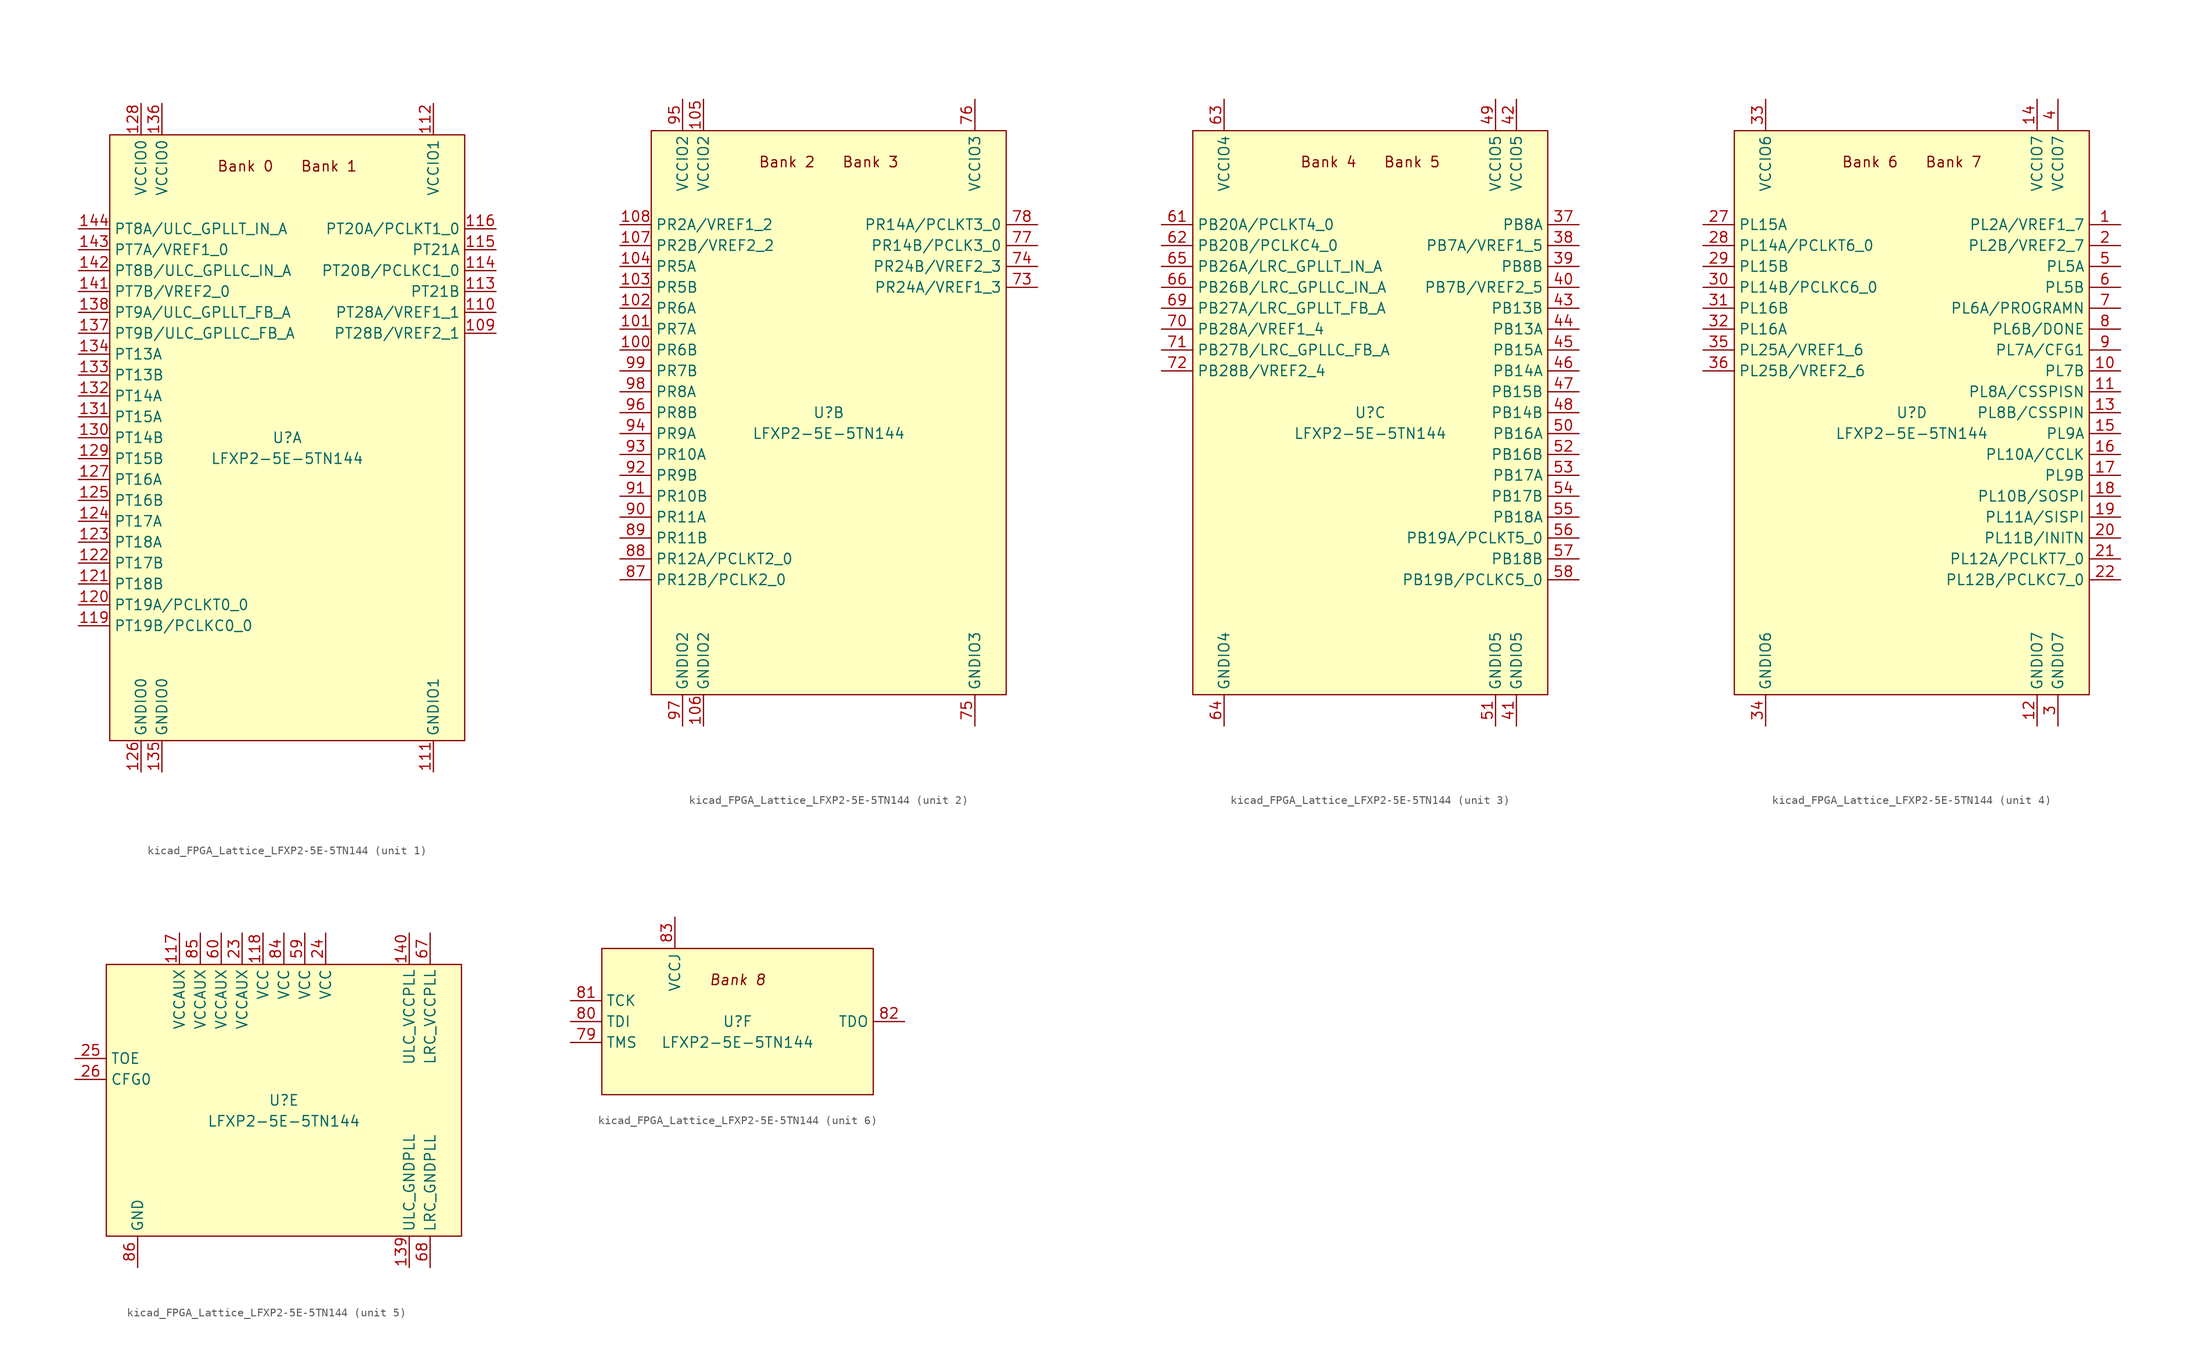
<source format=kicad_sym>
(kicad_symbol_lib
  (version 20220914)
  (generator kicad_symbol_editor)
  (symbol "kicad_FPGA_Lattice_LFXP2-5E-5TN144"
    (property "Reference" "U"
      (at 0 0 0)
      (effects (font (size 1.27 1.27))))
    (property "Value" "LFXP2-5E-5TN144"
      (at 0 -2.54 0)
      (effects (font (size 1.27 1.27))))
    (property "ki_locked" ""
      (at 0 0 0)
      (effects (font (size 1.27 1.27))))
    (symbol "kicad_FPGA_Lattice_LFXP2-5E-5TN144_1_0"
      (text "Bank 0" (at -5.08 33.02 0) (effects (font (size 1.27 1.27))))
      (text "Bank 1" (at 5.08 33.02 0) (effects (font (size 1.27 1.27)))))
    (symbol "kicad_FPGA_Lattice_LFXP2-5E-5TN144_1_1"
      (rectangle (start -21.59 36.83) (end 21.59 -36.83) (stroke (width 0) (type default)) (fill (type background)))
      (pin bidirectional line (at 25.4 12.7 180) (length 3.81) (name "PT28B/VREF2_1" (effects (font (size 1.27 1.27)))) (number "109" (effects (font (size 1.27 1.27)))))
      (pin bidirectional line (at 25.4 15.24 180) (length 3.81) (name "PT28A/VREF1_1" (effects (font (size 1.27 1.27)))) (number "110" (effects (font (size 1.27 1.27)))))
      (pin power_in line (at 17.78 -40.64 90) (length 3.81) (name "GNDIO1" (effects (font (size 1.27 1.27)))) (number "111" (effects (font (size 1.27 1.27)))))
      (pin power_in line (at 17.78 40.64 270) (length 3.81) (name "VCCIO1" (effects (font (size 1.27 1.27)))) (number "112" (effects (font (size 1.27 1.27)))))
      (pin bidirectional line (at 25.4 17.78 180) (length 3.81) (name "PT21B" (effects (font (size 1.27 1.27)))) (number "113" (effects (font (size 1.27 1.27)))))
      (pin bidirectional line (at 25.4 20.32 180) (length 3.81) (name "PT20B/PCLKC1_0" (effects (font (size 1.27 1.27)))) (number "114" (effects (font (size 1.27 1.27)))))
      (pin bidirectional line (at 25.4 22.86 180) (length 3.81) (name "PT21A" (effects (font (size 1.27 1.27)))) (number "115" (effects (font (size 1.27 1.27)))))
      (pin bidirectional line (at 25.4 25.4 180) (length 3.81) (name "PT20A/PCLKT1_0" (effects (font (size 1.27 1.27)))) (number "116" (effects (font (size 1.27 1.27)))))
      (pin bidirectional line (at -25.4 -22.86 0) (length 3.81) (name "PT19B/PCLKC0_0" (effects (font (size 1.27 1.27)))) (number "119" (effects (font (size 1.27 1.27)))))
      (pin bidirectional line (at -25.4 -20.32 0) (length 3.81) (name "PT19A/PCLKT0_0" (effects (font (size 1.27 1.27)))) (number "120" (effects (font (size 1.27 1.27)))))
      (pin bidirectional line (at -25.4 -17.78 0) (length 3.81) (name "PT18B" (effects (font (size 1.27 1.27)))) (number "121" (effects (font (size 1.27 1.27)))))
      (pin bidirectional line (at -25.4 -15.24 0) (length 3.81) (name "PT17B" (effects (font (size 1.27 1.27)))) (number "122" (effects (font (size 1.27 1.27)))))
      (pin bidirectional line (at -25.4 -12.7 0) (length 3.81) (name "PT18A" (effects (font (size 1.27 1.27)))) (number "123" (effects (font (size 1.27 1.27)))))
      (pin bidirectional line (at -25.4 -10.16 0) (length 3.81) (name "PT17A" (effects (font (size 1.27 1.27)))) (number "124" (effects (font (size 1.27 1.27)))))
      (pin bidirectional line (at -25.4 -7.62 0) (length 3.81) (name "PT16B" (effects (font (size 1.27 1.27)))) (number "125" (effects (font (size 1.27 1.27)))))
      (pin power_in line (at -17.78 -40.64 90) (length 3.81) (name "GNDIO0" (effects (font (size 1.27 1.27)))) (number "126" (effects (font (size 1.27 1.27)))))
      (pin bidirectional line (at -25.4 -5.08 0) (length 3.81) (name "PT16A" (effects (font (size 1.27 1.27)))) (number "127" (effects (font (size 1.27 1.27)))))
      (pin power_in line (at -17.78 40.64 270) (length 3.81) (name "VCCIO0" (effects (font (size 1.27 1.27)))) (number "128" (effects (font (size 1.27 1.27)))))
      (pin bidirectional line (at -25.4 -2.54 0) (length 3.81) (name "PT15B" (effects (font (size 1.27 1.27)))) (number "129" (effects (font (size 1.27 1.27)))))
      (pin bidirectional line (at -25.4 0 0) (length 3.81) (name "PT14B" (effects (font (size 1.27 1.27)))) (number "130" (effects (font (size 1.27 1.27)))))
      (pin bidirectional line (at -25.4 2.54 0) (length 3.81) (name "PT15A" (effects (font (size 1.27 1.27)))) (number "131" (effects (font (size 1.27 1.27)))))
      (pin bidirectional line (at -25.4 5.08 0) (length 3.81) (name "PT14A" (effects (font (size 1.27 1.27)))) (number "132" (effects (font (size 1.27 1.27)))))
      (pin bidirectional line (at -25.4 7.62 0) (length 3.81) (name "PT13B" (effects (font (size 1.27 1.27)))) (number "133" (effects (font (size 1.27 1.27)))))
      (pin bidirectional line (at -25.4 10.16 0) (length 3.81) (name "PT13A" (effects (font (size 1.27 1.27)))) (number "134" (effects (font (size 1.27 1.27)))))
      (pin power_in line (at -15.24 -40.64 90) (length 3.81) (name "GNDIO0" (effects (font (size 1.27 1.27)))) (number "135" (effects (font (size 1.27 1.27)))))
      (pin power_in line (at -15.24 40.64 270) (length 3.81) (name "VCCIO0" (effects (font (size 1.27 1.27)))) (number "136" (effects (font (size 1.27 1.27)))))
      (pin bidirectional line (at -25.4 12.7 0) (length 3.81) (name "PT9B/ULC_GPLLC_FB_A" (effects (font (size 1.27 1.27)))) (number "137" (effects (font (size 1.27 1.27)))))
      (pin bidirectional line (at -25.4 15.24 0) (length 3.81) (name "PT9A/ULC_GPLLT_FB_A" (effects (font (size 1.27 1.27)))) (number "138" (effects (font (size 1.27 1.27)))))
      (pin bidirectional line (at -25.4 17.78 0) (length 3.81) (name "PT7B/VREF2_0" (effects (font (size 1.27 1.27)))) (number "141" (effects (font (size 1.27 1.27)))))
      (pin bidirectional line (at -25.4 20.32 0) (length 3.81) (name "PT8B/ULC_GPLLC_IN_A" (effects (font (size 1.27 1.27)))) (number "142" (effects (font (size 1.27 1.27)))))
      (pin bidirectional line (at -25.4 22.86 0) (length 3.81) (name "PT7A/VREF1_0" (effects (font (size 1.27 1.27)))) (number "143" (effects (font (size 1.27 1.27)))))
      (pin bidirectional line (at -25.4 25.4 0) (length 3.81) (name "PT8A/ULC_GPLLT_IN_A" (effects (font (size 1.27 1.27)))) (number "144" (effects (font (size 1.27 1.27))))))
    (symbol "kicad_FPGA_Lattice_LFXP2-5E-5TN144_2_0"
      (text "Bank 2" (at -5.08 30.48 0) (effects (font (size 1.27 1.27))))
      (text "Bank 3" (at 5.08 30.48 0) (effects (font (size 1.27 1.27)))))
    (symbol "kicad_FPGA_Lattice_LFXP2-5E-5TN144_2_1"
      (rectangle (start -21.59 34.29) (end 21.59 -34.29) (stroke (width 0) (type default)) (fill (type background)))
      (pin bidirectional line (at -25.4 7.62 0) (length 3.81) (name "PR6B" (effects (font (size 1.27 1.27)))) (number "100" (effects (font (size 1.27 1.27)))))
      (pin bidirectional line (at -25.4 10.16 0) (length 3.81) (name "PR7A" (effects (font (size 1.27 1.27)))) (number "101" (effects (font (size 1.27 1.27)))))
      (pin bidirectional line (at -25.4 12.7 0) (length 3.81) (name "PR6A" (effects (font (size 1.27 1.27)))) (number "102" (effects (font (size 1.27 1.27)))))
      (pin bidirectional line (at -25.4 15.24 0) (length 3.81) (name "PR5B" (effects (font (size 1.27 1.27)))) (number "103" (effects (font (size 1.27 1.27)))))
      (pin bidirectional line (at -25.4 17.78 0) (length 3.81) (name "PR5A" (effects (font (size 1.27 1.27)))) (number "104" (effects (font (size 1.27 1.27)))))
      (pin power_in line (at -15.24 38.1 270) (length 3.81) (name "VCCIO2" (effects (font (size 1.27 1.27)))) (number "105" (effects (font (size 1.27 1.27)))))
      (pin power_in line (at -15.24 -38.1 90) (length 3.81) (name "GNDIO2" (effects (font (size 1.27 1.27)))) (number "106" (effects (font (size 1.27 1.27)))))
      (pin bidirectional line (at -25.4 20.32 0) (length 3.81) (name "PR2B/VREF2_2" (effects (font (size 1.27 1.27)))) (number "107" (effects (font (size 1.27 1.27)))))
      (pin bidirectional line (at -25.4 22.86 0) (length 3.81) (name "PR2A/VREF1_2" (effects (font (size 1.27 1.27)))) (number "108" (effects (font (size 1.27 1.27)))))
      (pin bidirectional line (at 25.4 15.24 180) (length 3.81) (name "PR24A/VREF1_3" (effects (font (size 1.27 1.27)))) (number "73" (effects (font (size 1.27 1.27)))))
      (pin bidirectional line (at 25.4 17.78 180) (length 3.81) (name "PR24B/VREF2_3" (effects (font (size 1.27 1.27)))) (number "74" (effects (font (size 1.27 1.27)))))
      (pin power_in line (at 17.78 -38.1 90) (length 3.81) (name "GNDIO3" (effects (font (size 1.27 1.27)))) (number "75" (effects (font (size 1.27 1.27)))))
      (pin power_in line (at 17.78 38.1 270) (length 3.81) (name "VCCIO3" (effects (font (size 1.27 1.27)))) (number "76" (effects (font (size 1.27 1.27)))))
      (pin bidirectional line (at 25.4 20.32 180) (length 3.81) (name "PR14B/PCLK3_0" (effects (font (size 1.27 1.27)))) (number "77" (effects (font (size 1.27 1.27)))))
      (pin bidirectional line (at 25.4 22.86 180) (length 3.81) (name "PR14A/PCLKT3_0" (effects (font (size 1.27 1.27)))) (number "78" (effects (font (size 1.27 1.27)))))
      (pin bidirectional line (at -25.4 -20.32 0) (length 3.81) (name "PR12B/PCLK2_0" (effects (font (size 1.27 1.27)))) (number "87" (effects (font (size 1.27 1.27)))))
      (pin bidirectional line (at -25.4 -17.78 0) (length 3.81) (name "PR12A/PCLKT2_0" (effects (font (size 1.27 1.27)))) (number "88" (effects (font (size 1.27 1.27)))))
      (pin bidirectional line (at -25.4 -15.24 0) (length 3.81) (name "PR11B" (effects (font (size 1.27 1.27)))) (number "89" (effects (font (size 1.27 1.27)))))
      (pin bidirectional line (at -25.4 -12.7 0) (length 3.81) (name "PR11A" (effects (font (size 1.27 1.27)))) (number "90" (effects (font (size 1.27 1.27)))))
      (pin bidirectional line (at -25.4 -10.16 0) (length 3.81) (name "PR10B" (effects (font (size 1.27 1.27)))) (number "91" (effects (font (size 1.27 1.27)))))
      (pin bidirectional line (at -25.4 -7.62 0) (length 3.81) (name "PR9B" (effects (font (size 1.27 1.27)))) (number "92" (effects (font (size 1.27 1.27)))))
      (pin bidirectional line (at -25.4 -5.08 0) (length 3.81) (name "PR10A" (effects (font (size 1.27 1.27)))) (number "93" (effects (font (size 1.27 1.27)))))
      (pin bidirectional line (at -25.4 -2.54 0) (length 3.81) (name "PR9A" (effects (font (size 1.27 1.27)))) (number "94" (effects (font (size 1.27 1.27)))))
      (pin power_in line (at -17.78 38.1 270) (length 3.81) (name "VCCIO2" (effects (font (size 1.27 1.27)))) (number "95" (effects (font (size 1.27 1.27)))))
      (pin bidirectional line (at -25.4 0 0) (length 3.81) (name "PR8B" (effects (font (size 1.27 1.27)))) (number "96" (effects (font (size 1.27 1.27)))))
      (pin power_in line (at -17.78 -38.1 90) (length 3.81) (name "GNDIO2" (effects (font (size 1.27 1.27)))) (number "97" (effects (font (size 1.27 1.27)))))
      (pin bidirectional line (at -25.4 2.54 0) (length 3.81) (name "PR8A" (effects (font (size 1.27 1.27)))) (number "98" (effects (font (size 1.27 1.27)))))
      (pin bidirectional line (at -25.4 5.08 0) (length 3.81) (name "PR7B" (effects (font (size 1.27 1.27)))) (number "99" (effects (font (size 1.27 1.27))))))
    (symbol "kicad_FPGA_Lattice_LFXP2-5E-5TN144_3_0"
      (text "Bank 4" (at -5.08 30.48 0) (effects (font (size 1.27 1.27))))
      (text "Bank 5" (at 5.08 30.48 0) (effects (font (size 1.27 1.27)))))
    (symbol "kicad_FPGA_Lattice_LFXP2-5E-5TN144_3_1"
      (rectangle (start -21.59 34.29) (end 21.59 -34.29) (stroke (width 0) (type default)) (fill (type background)))
      (pin bidirectional line (at 25.4 22.86 180) (length 3.81) (name "PB8A" (effects (font (size 1.27 1.27)))) (number "37" (effects (font (size 1.27 1.27)))))
      (pin bidirectional line (at 25.4 20.32 180) (length 3.81) (name "PB7A/VREF1_5" (effects (font (size 1.27 1.27)))) (number "38" (effects (font (size 1.27 1.27)))))
      (pin bidirectional line (at 25.4 17.78 180) (length 3.81) (name "PB8B" (effects (font (size 1.27 1.27)))) (number "39" (effects (font (size 1.27 1.27)))))
      (pin bidirectional line (at 25.4 15.24 180) (length 3.81) (name "PB7B/VREF2_5" (effects (font (size 1.27 1.27)))) (number "40" (effects (font (size 1.27 1.27)))))
      (pin power_in line (at 17.78 -38.1 90) (length 3.81) (name "GNDIO5" (effects (font (size 1.27 1.27)))) (number "41" (effects (font (size 1.27 1.27)))))
      (pin power_in line (at 17.78 38.1 270) (length 3.81) (name "VCCIO5" (effects (font (size 1.27 1.27)))) (number "42" (effects (font (size 1.27 1.27)))))
      (pin bidirectional line (at 25.4 12.7 180) (length 3.81) (name "PB13B" (effects (font (size 1.27 1.27)))) (number "43" (effects (font (size 1.27 1.27)))))
      (pin bidirectional line (at 25.4 10.16 180) (length 3.81) (name "PB13A" (effects (font (size 1.27 1.27)))) (number "44" (effects (font (size 1.27 1.27)))))
      (pin bidirectional line (at 25.4 7.62 180) (length 3.81) (name "PB15A" (effects (font (size 1.27 1.27)))) (number "45" (effects (font (size 1.27 1.27)))))
      (pin bidirectional line (at 25.4 5.08 180) (length 3.81) (name "PB14A" (effects (font (size 1.27 1.27)))) (number "46" (effects (font (size 1.27 1.27)))))
      (pin bidirectional line (at 25.4 2.54 180) (length 3.81) (name "PB15B" (effects (font (size 1.27 1.27)))) (number "47" (effects (font (size 1.27 1.27)))))
      (pin bidirectional line (at 25.4 0 180) (length 3.81) (name "PB14B" (effects (font (size 1.27 1.27)))) (number "48" (effects (font (size 1.27 1.27)))))
      (pin power_in line (at 15.24 38.1 270) (length 3.81) (name "VCCIO5" (effects (font (size 1.27 1.27)))) (number "49" (effects (font (size 1.27 1.27)))))
      (pin bidirectional line (at 25.4 -2.54 180) (length 3.81) (name "PB16A" (effects (font (size 1.27 1.27)))) (number "50" (effects (font (size 1.27 1.27)))))
      (pin power_in line (at 15.24 -38.1 90) (length 3.81) (name "GNDIO5" (effects (font (size 1.27 1.27)))) (number "51" (effects (font (size 1.27 1.27)))))
      (pin bidirectional line (at 25.4 -5.08 180) (length 3.81) (name "PB16B" (effects (font (size 1.27 1.27)))) (number "52" (effects (font (size 1.27 1.27)))))
      (pin bidirectional line (at 25.4 -7.62 180) (length 3.81) (name "PB17A" (effects (font (size 1.27 1.27)))) (number "53" (effects (font (size 1.27 1.27)))))
      (pin bidirectional line (at 25.4 -10.16 180) (length 3.81) (name "PB17B" (effects (font (size 1.27 1.27)))) (number "54" (effects (font (size 1.27 1.27)))))
      (pin bidirectional line (at 25.4 -12.7 180) (length 3.81) (name "PB18A" (effects (font (size 1.27 1.27)))) (number "55" (effects (font (size 1.27 1.27)))))
      (pin bidirectional line (at 25.4 -15.24 180) (length 3.81) (name "PB19A/PCLKT5_0" (effects (font (size 1.27 1.27)))) (number "56" (effects (font (size 1.27 1.27)))))
      (pin bidirectional line (at 25.4 -17.78 180) (length 3.81) (name "PB18B" (effects (font (size 1.27 1.27)))) (number "57" (effects (font (size 1.27 1.27)))))
      (pin bidirectional line (at 25.4 -20.32 180) (length 3.81) (name "PB19B/PCLKC5_0" (effects (font (size 1.27 1.27)))) (number "58" (effects (font (size 1.27 1.27)))))
      (pin bidirectional line (at -25.4 22.86 0) (length 3.81) (name "PB20A/PCLKT4_0" (effects (font (size 1.27 1.27)))) (number "61" (effects (font (size 1.27 1.27)))))
      (pin bidirectional line (at -25.4 20.32 0) (length 3.81) (name "PB20B/PCLKC4_0" (effects (font (size 1.27 1.27)))) (number "62" (effects (font (size 1.27 1.27)))))
      (pin power_in line (at -17.78 38.1 270) (length 3.81) (name "VCCIO4" (effects (font (size 1.27 1.27)))) (number "63" (effects (font (size 1.27 1.27)))))
      (pin power_in line (at -17.78 -38.1 90) (length 3.81) (name "GNDIO4" (effects (font (size 1.27 1.27)))) (number "64" (effects (font (size 1.27 1.27)))))
      (pin bidirectional line (at -25.4 17.78 0) (length 3.81) (name "PB26A/LRC_GPLLT_IN_A" (effects (font (size 1.27 1.27)))) (number "65" (effects (font (size 1.27 1.27)))))
      (pin bidirectional line (at -25.4 15.24 0) (length 3.81) (name "PB26B/LRC_GPLLC_IN_A" (effects (font (size 1.27 1.27)))) (number "66" (effects (font (size 1.27 1.27)))))
      (pin bidirectional line (at -25.4 12.7 0) (length 3.81) (name "PB27A/LRC_GPLLT_FB_A" (effects (font (size 1.27 1.27)))) (number "69" (effects (font (size 1.27 1.27)))))
      (pin bidirectional line (at -25.4 10.16 0) (length 3.81) (name "PB28A/VREF1_4" (effects (font (size 1.27 1.27)))) (number "70" (effects (font (size 1.27 1.27)))))
      (pin bidirectional line (at -25.4 7.62 0) (length 3.81) (name "PB27B/LRC_GPLLC_FB_A" (effects (font (size 1.27 1.27)))) (number "71" (effects (font (size 1.27 1.27)))))
      (pin bidirectional line (at -25.4 5.08 0) (length 3.81) (name "PB28B/VREF2_4" (effects (font (size 1.27 1.27)))) (number "72" (effects (font (size 1.27 1.27))))))
    (symbol "kicad_FPGA_Lattice_LFXP2-5E-5TN144_4_0"
      (text "Bank 6" (at -5.08 30.48 0) (effects (font (size 1.27 1.27))))
      (text "Bank 7" (at 5.08 30.48 0) (effects (font (size 1.27 1.27)))))
    (symbol "kicad_FPGA_Lattice_LFXP2-5E-5TN144_4_1"
      (rectangle (start -21.59 34.29) (end 21.59 -34.29) (stroke (width 0) (type default)) (fill (type background)))
      (pin bidirectional line (at 25.4 22.86 180) (length 3.81) (name "PL2A/VREF1_7" (effects (font (size 1.27 1.27)))) (number "1" (effects (font (size 1.27 1.27)))))
      (pin bidirectional line (at 25.4 5.08 180) (length 3.81) (name "PL7B" (effects (font (size 1.27 1.27)))) (number "10" (effects (font (size 1.27 1.27)))))
      (pin bidirectional line (at 25.4 2.54 180) (length 3.81) (name "PL8A/CSSPISN" (effects (font (size 1.27 1.27)))) (number "11" (effects (font (size 1.27 1.27)))))
      (pin power_in line (at 15.24 -38.1 90) (length 3.81) (name "GNDIO7" (effects (font (size 1.27 1.27)))) (number "12" (effects (font (size 1.27 1.27)))))
      (pin bidirectional line (at 25.4 0 180) (length 3.81) (name "PL8B/CSSPIN" (effects (font (size 1.27 1.27)))) (number "13" (effects (font (size 1.27 1.27)))))
      (pin power_in line (at 15.24 38.1 270) (length 3.81) (name "VCCIO7" (effects (font (size 1.27 1.27)))) (number "14" (effects (font (size 1.27 1.27)))))
      (pin bidirectional line (at 25.4 -2.54 180) (length 3.81) (name "PL9A" (effects (font (size 1.27 1.27)))) (number "15" (effects (font (size 1.27 1.27)))))
      (pin bidirectional line (at 25.4 -5.08 180) (length 3.81) (name "PL10A/CCLK" (effects (font (size 1.27 1.27)))) (number "16" (effects (font (size 1.27 1.27)))))
      (pin bidirectional line (at 25.4 -7.62 180) (length 3.81) (name "PL9B" (effects (font (size 1.27 1.27)))) (number "17" (effects (font (size 1.27 1.27)))))
      (pin bidirectional line (at 25.4 -10.16 180) (length 3.81) (name "PL10B/SOSPI" (effects (font (size 1.27 1.27)))) (number "18" (effects (font (size 1.27 1.27)))))
      (pin bidirectional line (at 25.4 -12.7 180) (length 3.81) (name "PL11A/SISPI" (effects (font (size 1.27 1.27)))) (number "19" (effects (font (size 1.27 1.27)))))
      (pin bidirectional line (at 25.4 20.32 180) (length 3.81) (name "PL2B/VREF2_7" (effects (font (size 1.27 1.27)))) (number "2" (effects (font (size 1.27 1.27)))))
      (pin bidirectional line (at 25.4 -15.24 180) (length 3.81) (name "PL11B/INITN" (effects (font (size 1.27 1.27)))) (number "20" (effects (font (size 1.27 1.27)))))
      (pin bidirectional line (at 25.4 -17.78 180) (length 3.81) (name "PL12A/PCLKT7_0" (effects (font (size 1.27 1.27)))) (number "21" (effects (font (size 1.27 1.27)))))
      (pin bidirectional line (at 25.4 -20.32 180) (length 3.81) (name "PL12B/PCLKC7_0" (effects (font (size 1.27 1.27)))) (number "22" (effects (font (size 1.27 1.27)))))
      (pin bidirectional line (at -25.4 22.86 0) (length 3.81) (name "PL15A" (effects (font (size 1.27 1.27)))) (number "27" (effects (font (size 1.27 1.27)))))
      (pin bidirectional line (at -25.4 20.32 0) (length 3.81) (name "PL14A/PCLKT6_0" (effects (font (size 1.27 1.27)))) (number "28" (effects (font (size 1.27 1.27)))))
      (pin bidirectional line (at -25.4 17.78 0) (length 3.81) (name "PL15B" (effects (font (size 1.27 1.27)))) (number "29" (effects (font (size 1.27 1.27)))))
      (pin power_in line (at 17.78 -38.1 90) (length 3.81) (name "GNDIO7" (effects (font (size 1.27 1.27)))) (number "3" (effects (font (size 1.27 1.27)))))
      (pin bidirectional line (at -25.4 15.24 0) (length 3.81) (name "PL14B/PCLKC6_0" (effects (font (size 1.27 1.27)))) (number "30" (effects (font (size 1.27 1.27)))))
      (pin bidirectional line (at -25.4 12.7 0) (length 3.81) (name "PL16B" (effects (font (size 1.27 1.27)))) (number "31" (effects (font (size 1.27 1.27)))))
      (pin bidirectional line (at -25.4 10.16 0) (length 3.81) (name "PL16A" (effects (font (size 1.27 1.27)))) (number "32" (effects (font (size 1.27 1.27)))))
      (pin power_in line (at -17.78 38.1 270) (length 3.81) (name "VCCIO6" (effects (font (size 1.27 1.27)))) (number "33" (effects (font (size 1.27 1.27)))))
      (pin power_in line (at -17.78 -38.1 90) (length 3.81) (name "GNDIO6" (effects (font (size 1.27 1.27)))) (number "34" (effects (font (size 1.27 1.27)))))
      (pin bidirectional line (at -25.4 7.62 0) (length 3.81) (name "PL25A/VREF1_6" (effects (font (size 1.27 1.27)))) (number "35" (effects (font (size 1.27 1.27)))))
      (pin bidirectional line (at -25.4 5.08 0) (length 3.81) (name "PL25B/VREF2_6" (effects (font (size 1.27 1.27)))) (number "36" (effects (font (size 1.27 1.27)))))
      (pin power_in line (at 17.78 38.1 270) (length 3.81) (name "VCCIO7" (effects (font (size 1.27 1.27)))) (number "4" (effects (font (size 1.27 1.27)))))
      (pin bidirectional line (at 25.4 17.78 180) (length 3.81) (name "PL5A" (effects (font (size 1.27 1.27)))) (number "5" (effects (font (size 1.27 1.27)))))
      (pin bidirectional line (at 25.4 15.24 180) (length 3.81) (name "PL5B" (effects (font (size 1.27 1.27)))) (number "6" (effects (font (size 1.27 1.27)))))
      (pin bidirectional line (at 25.4 12.7 180) (length 3.81) (name "PL6A/PROGRAMN" (effects (font (size 1.27 1.27)))) (number "7" (effects (font (size 1.27 1.27)))))
      (pin bidirectional line (at 25.4 10.16 180) (length 3.81) (name "PL6B/DONE" (effects (font (size 1.27 1.27)))) (number "8" (effects (font (size 1.27 1.27)))))
      (pin bidirectional line (at 25.4 7.62 180) (length 3.81) (name "PL7A/CFG1" (effects (font (size 1.27 1.27)))) (number "9" (effects (font (size 1.27 1.27))))))
    (symbol "kicad_FPGA_Lattice_LFXP2-5E-5TN144_5_1"
      (rectangle (start -21.59 16.51) (end 21.59 -16.51) (stroke (width 0) (type default)) (fill (type background)))
      (pin power_in line (at -12.7 20.32 270) (length 3.81) (name "VCCAUX" (effects (font (size 1.27 1.27)))) (number "117" (effects (font (size 1.27 1.27)))))
      (pin power_in line (at -2.54 20.32 270) (length 3.81) (name "VCC" (effects (font (size 1.27 1.27)))) (number "118" (effects (font (size 1.27 1.27)))))
      (pin power_in line (at 15.24 -20.32 90) (length 3.81) (name "ULC_GNDPLL" (effects (font (size 1.27 1.27)))) (number "139" (effects (font (size 1.27 1.27)))))
      (pin power_in line (at 15.24 20.32 270) (length 3.81) (name "ULC_VCCPLL" (effects (font (size 1.27 1.27)))) (number "140" (effects (font (size 1.27 1.27)))))
      (pin power_in line (at -5.08 20.32 270) (length 3.81) (name "VCCAUX" (effects (font (size 1.27 1.27)))) (number "23" (effects (font (size 1.27 1.27)))))
      (pin power_in line (at 5.08 20.32 270) (length 3.81) (name "VCC" (effects (font (size 1.27 1.27)))) (number "24" (effects (font (size 1.27 1.27)))))
      (pin input line (at -25.4 5.08 0) (length 3.81) (name "TOE" (effects (font (size 1.27 1.27)))) (number "25" (effects (font (size 1.27 1.27)))))
      (pin input line (at -25.4 2.54 0) (length 3.81) (name "CFG0" (effects (font (size 1.27 1.27)))) (number "26" (effects (font (size 1.27 1.27)))))
      (pin power_in line (at 2.54 20.32 270) (length 3.81) (name "VCC" (effects (font (size 1.27 1.27)))) (number "59" (effects (font (size 1.27 1.27)))))
      (pin power_in line (at -7.62 20.32 270) (length 3.81) (name "VCCAUX" (effects (font (size 1.27 1.27)))) (number "60" (effects (font (size 1.27 1.27)))))
      (pin power_in line (at 17.78 20.32 270) (length 3.81) (name "LRC_VCCPLL" (effects (font (size 1.27 1.27)))) (number "67" (effects (font (size 1.27 1.27)))))
      (pin power_in line (at 17.78 -20.32 90) (length 3.81) (name "LRC_GNDPLL" (effects (font (size 1.27 1.27)))) (number "68" (effects (font (size 1.27 1.27)))))
      (pin power_in line (at 0 20.32 270) (length 3.81) (name "VCC" (effects (font (size 1.27 1.27)))) (number "84" (effects (font (size 1.27 1.27)))))
      (pin power_in line (at -10.16 20.32 270) (length 3.81) (name "VCCAUX" (effects (font (size 1.27 1.27)))) (number "85" (effects (font (size 1.27 1.27)))))
      (pin power_in line (at -17.78 -20.32 90) (length 3.81) (name "GND" (effects (font (size 1.27 1.27)))) (number "86" (effects (font (size 1.27 1.27))))))
    (symbol "kicad_FPGA_Lattice_LFXP2-5E-5TN144_6_0"
      (rectangle (start -16.51 8.89) (end 16.51 -8.89) (stroke (width 0) (type default)) (fill (type background)))
      (text "Bank 8" (at 0 5.08 0) (effects (font (size 1.27 1.27) italic))))
    (symbol "kicad_FPGA_Lattice_LFXP2-5E-5TN144_6_1"
      (pin input line (at -20.32 -2.54 0) (length 3.81) (name "TMS" (effects (font (size 1.27 1.27)))) (number "79" (effects (font (size 1.27 1.27)))))
      (pin input line (at -20.32 0 0) (length 3.81) (name "TDI" (effects (font (size 1.27 1.27)))) (number "80" (effects (font (size 1.27 1.27)))))
      (pin input line (at -20.32 2.54 0) (length 3.81) (name "TCK" (effects (font (size 1.27 1.27)))) (number "81" (effects (font (size 1.27 1.27)))))
      (pin output line (at 20.32 0 180) (length 3.81) (name "TDO" (effects (font (size 1.27 1.27)))) (number "82" (effects (font (size 1.27 1.27)))))
      (pin power_in line (at -7.62 12.7 270) (length 3.81) (name "VCCJ" (effects (font (size 1.27 1.27)))) (number "83" (effects (font (size 1.27 1.27))))))))
</source>
